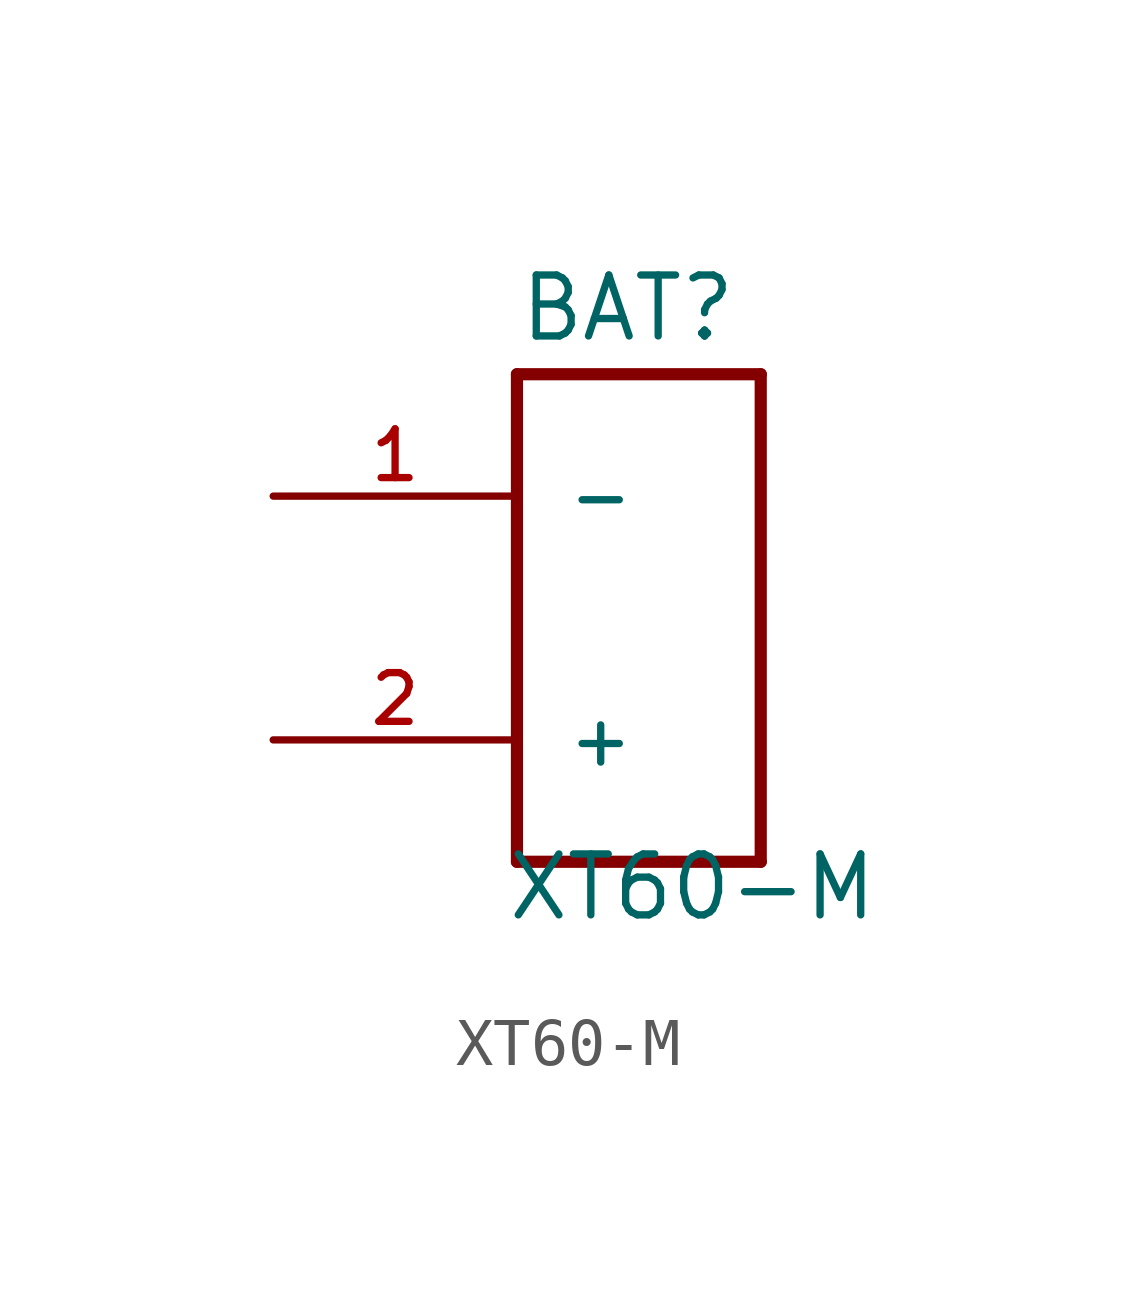
<source format=kicad_sym>
(kicad_symbol_lib
  (version 20231120)
  (generator "kicad_symbol_editor")
  (generator_version "8.0")
  (symbol "XT60-M"
    (pin_names
      (offset 1.016))
    (property "Reference" "BAT"
      (at -2.54 5.715 0)
      (effects (font (size 1.27 1.27)) (justify left bottom)))
    (property "Value" "XT60-M"
      (at -2.794 -6.35 0)
      (effects (font (size 1.27 1.27)) (justify left bottom)))
    (symbol "XT60-M_0_0"
      (polyline (pts (xy -2.54 -5.08) (xy -2.54 5.08)) (stroke (width 0.254) (type solid)) (fill (type none)))
      (polyline (pts (xy -2.54 5.08) (xy 2.54 5.08)) (stroke (width 0.254) (type solid)) (fill (type none)))
      (polyline (pts (xy 2.54 -5.08) (xy -2.54 -5.08)) (stroke (width 0.254) (type solid)) (fill (type none)))
      (polyline (pts (xy 2.54 5.08) (xy 2.54 -5.08)) (stroke (width 0.254) (type solid)) (fill (type none)))
      (pin passive line (at -7.62 2.54 0) (length 5.08) (name "-" (effects (font (size 1.016 1.016)))) (number "1" (effects (font (size 1.016 1.016)))))
      (pin passive line (at -7.62 -2.54 0) (length 5.08) (name "+" (effects (font (size 1.016 1.016)))) (number "2" (effects (font (size 1.016 1.016))))))))
</source>
